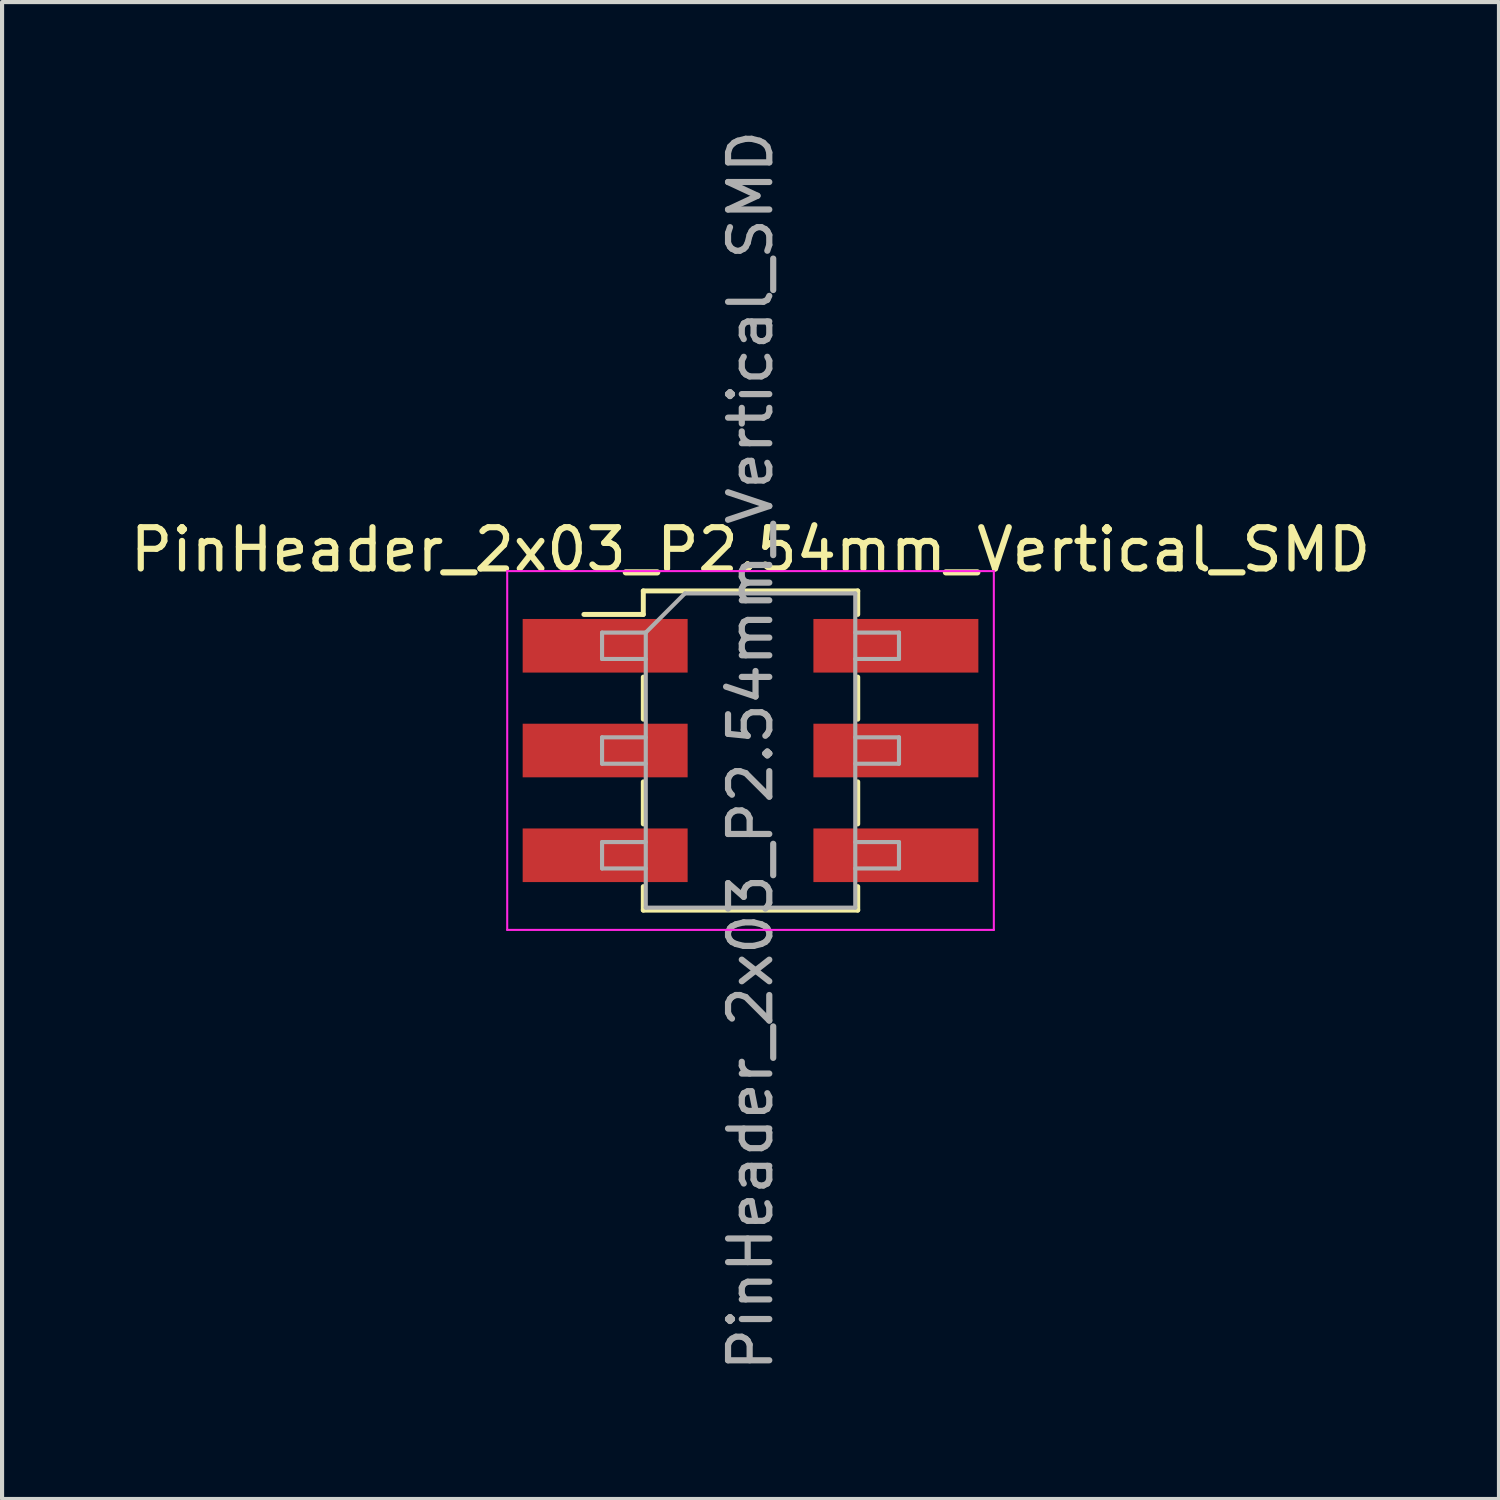
<source format=kicad_pcb>
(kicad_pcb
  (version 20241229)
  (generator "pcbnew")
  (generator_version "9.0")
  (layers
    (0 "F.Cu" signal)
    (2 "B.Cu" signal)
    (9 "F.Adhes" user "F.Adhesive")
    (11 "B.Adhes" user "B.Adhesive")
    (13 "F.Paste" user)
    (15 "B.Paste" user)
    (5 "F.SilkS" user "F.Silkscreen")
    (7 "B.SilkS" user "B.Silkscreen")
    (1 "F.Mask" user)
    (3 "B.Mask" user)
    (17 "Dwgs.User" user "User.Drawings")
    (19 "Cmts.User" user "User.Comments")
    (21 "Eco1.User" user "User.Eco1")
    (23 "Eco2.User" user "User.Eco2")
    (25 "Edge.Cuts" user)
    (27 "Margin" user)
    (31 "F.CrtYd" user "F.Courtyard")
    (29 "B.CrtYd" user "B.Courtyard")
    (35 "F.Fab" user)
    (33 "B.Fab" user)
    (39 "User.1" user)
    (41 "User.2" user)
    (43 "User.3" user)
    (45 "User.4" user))
  (footprint "PinHeader_2x03_P2.54mm_Vertical_SMD"
    (layer "F.Cu")
    (at 15.149 15.149)
    (property "Reference" "PinHeader_2x03_P2.54mm_Vertical_SMD" (at 0 -4.87 0) (layer "F.SilkS") (effects (font (size 1 1) (thickness 0.15))))
    (attr smd)
    (fp_line (start -4.04 -3.3) (end -2.6 -3.3) (stroke (width 0.12) (type solid)) (layer "F.SilkS"))
    (fp_line (start -2.6 -3.87) (end -2.6 -3.3) (stroke (width 0.12) (type solid)) (layer "F.SilkS"))
    (fp_line (start -2.6 -3.87) (end 2.6 -3.87) (stroke (width 0.12) (type solid)) (layer "F.SilkS"))
    (fp_line (start -2.6 -1.78) (end -2.6 -0.76) (stroke (width 0.12) (type solid)) (layer "F.SilkS"))
    (fp_line (start -2.6 0.76) (end -2.6 1.78) (stroke (width 0.12) (type solid)) (layer "F.SilkS"))
    (fp_line (start -2.6 3.3) (end -2.6 3.87) (stroke (width 0.12) (type solid)) (layer "F.SilkS"))
    (fp_line (start -2.6 3.87) (end 2.6 3.87) (stroke (width 0.12) (type solid)) (layer "F.SilkS"))
    (fp_line (start 2.6 -3.87) (end 2.6 -3.3) (stroke (width 0.12) (type solid)) (layer "F.SilkS"))
    (fp_line (start 2.6 -1.78) (end 2.6 -0.76) (stroke (width 0.12) (type solid)) (layer "F.SilkS"))
    (fp_line (start 2.6 0.76) (end 2.6 1.78) (stroke (width 0.12) (type solid)) (layer "F.SilkS"))
    (fp_line (start 2.6 3.3) (end 2.6 3.87) (stroke (width 0.12) (type solid)) (layer "F.SilkS"))
    (fp_line (start -5.9 -4.35) (end -5.9 4.35) (stroke (width 0.05) (type solid)) (layer "F.CrtYd"))
    (fp_line (start -5.9 4.35) (end 5.9 4.35) (stroke (width 0.05) (type solid)) (layer "F.CrtYd"))
    (fp_line (start 5.9 -4.35) (end -5.9 -4.35) (stroke (width 0.05) (type solid)) (layer "F.CrtYd"))
    (fp_line (start 5.9 4.35) (end 5.9 -4.35) (stroke (width 0.05) (type solid)) (layer "F.CrtYd"))
    (fp_line (start -3.6 -2.86) (end -3.6 -2.22) (stroke (width 0.1) (type solid)) (layer "F.Fab"))
    (fp_line (start -3.6 -2.22) (end -2.54 -2.22) (stroke (width 0.1) (type solid)) (layer "F.Fab"))
    (fp_line (start -3.6 -0.32) (end -3.6 0.32) (stroke (width 0.1) (type solid)) (layer "F.Fab"))
    (fp_line (start -3.6 0.32) (end -2.54 0.32) (stroke (width 0.1) (type solid)) (layer "F.Fab"))
    (fp_line (start -3.6 2.22) (end -3.6 2.86) (stroke (width 0.1) (type solid)) (layer "F.Fab"))
    (fp_line (start -3.6 2.86) (end -2.54 2.86) (stroke (width 0.1) (type solid)) (layer "F.Fab"))
    (fp_line (start -2.54 -2.86) (end -3.6 -2.86) (stroke (width 0.1) (type solid)) (layer "F.Fab"))
    (fp_line (start -2.54 -2.86) (end -1.59 -3.81) (stroke (width 0.1) (type solid)) (layer "F.Fab"))
    (fp_line (start -2.54 -0.32) (end -3.6 -0.32) (stroke (width 0.1) (type solid)) (layer "F.Fab"))
    (fp_line (start -2.54 2.22) (end -3.6 2.22) (stroke (width 0.1) (type solid)) (layer "F.Fab"))
    (fp_line (start -2.54 3.81) (end -2.54 -2.86) (stroke (width 0.1) (type solid)) (layer "F.Fab"))
    (fp_line (start -1.59 -3.81) (end 2.54 -3.81) (stroke (width 0.1) (type solid)) (layer "F.Fab"))
    (fp_line (start 2.54 -3.81) (end 2.54 3.81) (stroke (width 0.1) (type solid)) (layer "F.Fab"))
    (fp_line (start 2.54 -2.86) (end 3.6 -2.86) (stroke (width 0.1) (type solid)) (layer "F.Fab"))
    (fp_line (start 2.54 -0.32) (end 3.6 -0.32) (stroke (width 0.1) (type solid)) (layer "F.Fab"))
    (fp_line (start 2.54 2.22) (end 3.6 2.22) (stroke (width 0.1) (type solid)) (layer "F.Fab"))
    (fp_line (start 2.54 3.81) (end -2.54 3.81) (stroke (width 0.1) (type solid)) (layer "F.Fab"))
    (fp_line (start 3.6 -2.86) (end 3.6 -2.22) (stroke (width 0.1) (type solid)) (layer "F.Fab"))
    (fp_line (start 3.6 -2.22) (end 2.54 -2.22) (stroke (width 0.1) (type solid)) (layer "F.Fab"))
    (fp_line (start 3.6 -0.32) (end 3.6 0.32) (stroke (width 0.1) (type solid)) (layer "F.Fab"))
    (fp_line (start 3.6 0.32) (end 2.54 0.32) (stroke (width 0.1) (type solid)) (layer "F.Fab"))
    (fp_line (start 3.6 2.22) (end 3.6 2.86) (stroke (width 0.1) (type solid)) (layer "F.Fab"))
    (fp_line (start 3.6 2.86) (end 2.54 2.86) (stroke (width 0.1) (type solid)) (layer "F.Fab"))
    (fp_text user "${REFERENCE}" (at 0 0 90) (layer "F.Fab") (effects (font (size 1 1) (thickness 0.15))))
    (pad "1" smd rect (at -3.525 -2.54) (size 4 1.3) (layers "F.Cu" "F.Mask" "F.Paste"))
    (pad "2" smd rect (at -3.525 0) (size 4 1.3) (layers "F.Cu" "F.Mask" "F.Paste"))
    (pad "3" smd rect (at -3.525 2.54) (size 4 1.3) (layers "F.Cu" "F.Mask" "F.Paste"))
    (pad "4" smd rect (at 3.525 -2.54) (size 4 1.3) (layers "F.Cu" "F.Mask" "F.Paste"))
    (pad "5" smd rect (at 3.525 0) (size 4 1.3) (layers "F.Cu" "F.Mask" "F.Paste"))
    (pad "6" smd rect (at 3.525 2.54) (size 4 1.3) (layers "F.Cu" "F.Mask" "F.Paste")))
  (gr_rect
    (start -3 -3)
    (end 33.298 33.298)
    (stroke (width 0.1) (type default))
    (fill no)
    (layer "Edge.Cuts")))
</source>
